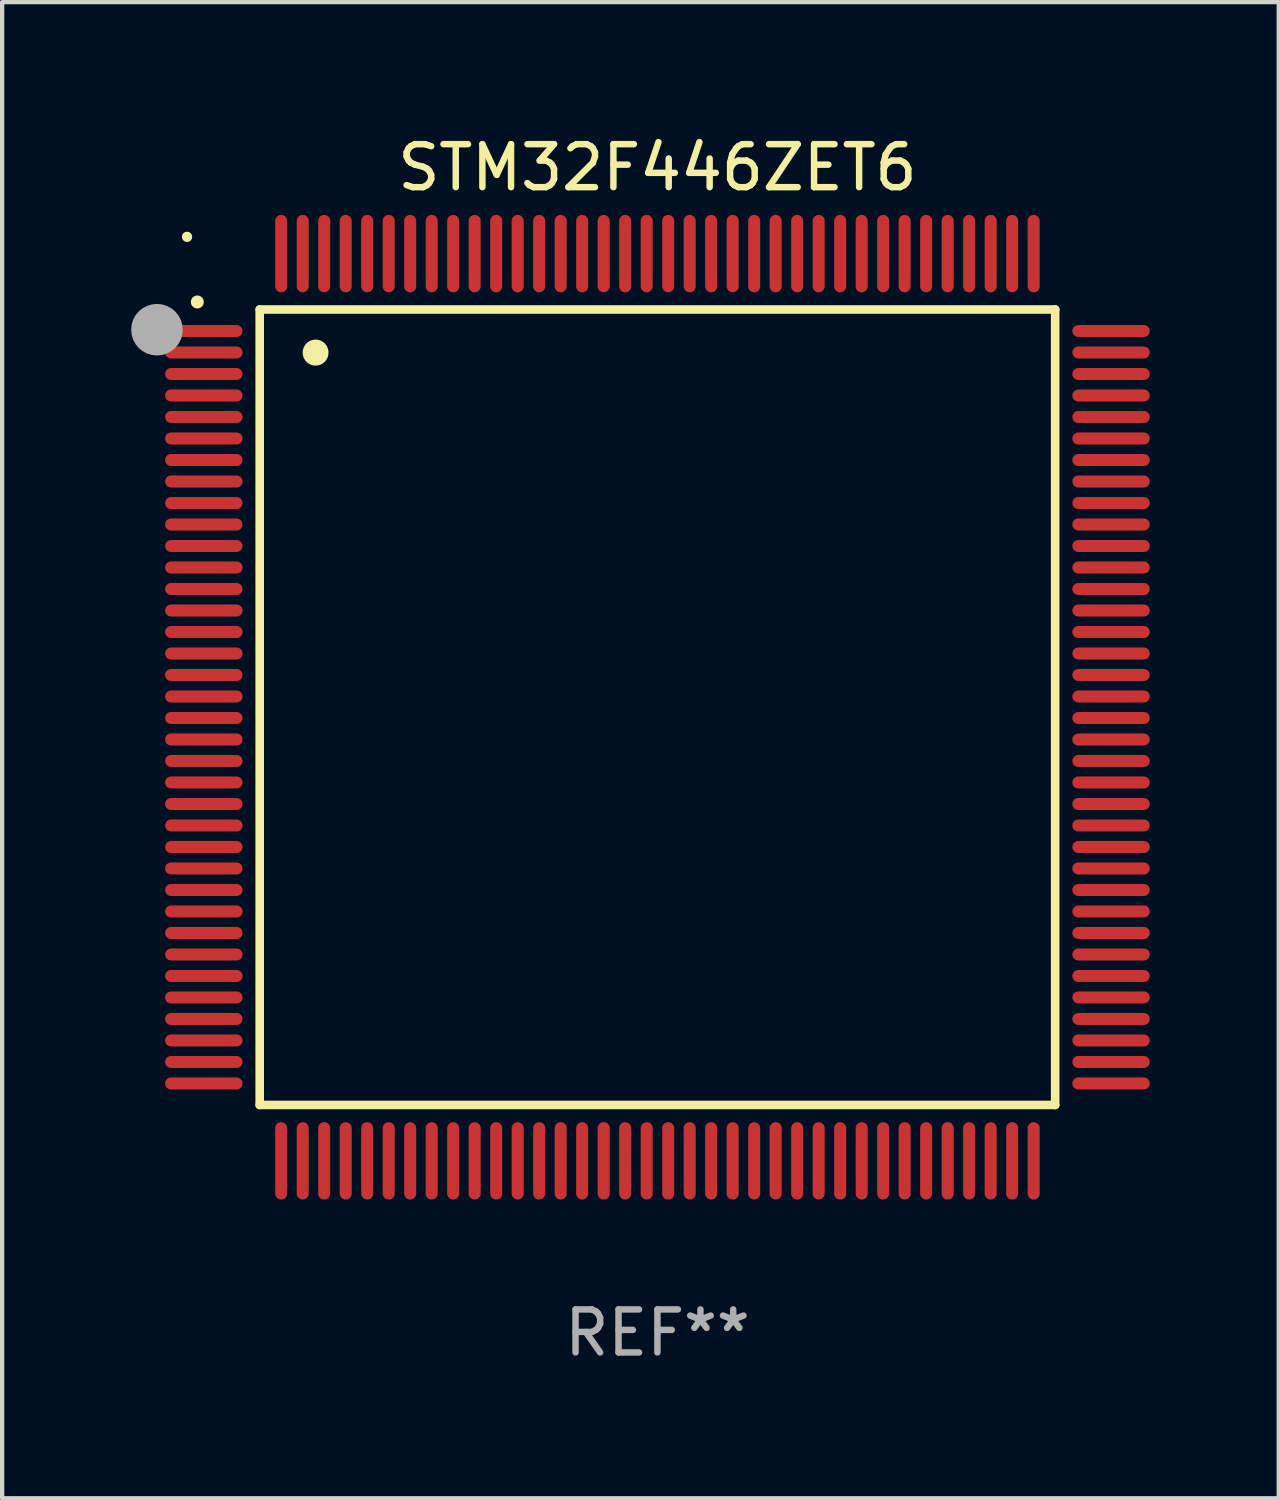
<source format=kicad_pcb>
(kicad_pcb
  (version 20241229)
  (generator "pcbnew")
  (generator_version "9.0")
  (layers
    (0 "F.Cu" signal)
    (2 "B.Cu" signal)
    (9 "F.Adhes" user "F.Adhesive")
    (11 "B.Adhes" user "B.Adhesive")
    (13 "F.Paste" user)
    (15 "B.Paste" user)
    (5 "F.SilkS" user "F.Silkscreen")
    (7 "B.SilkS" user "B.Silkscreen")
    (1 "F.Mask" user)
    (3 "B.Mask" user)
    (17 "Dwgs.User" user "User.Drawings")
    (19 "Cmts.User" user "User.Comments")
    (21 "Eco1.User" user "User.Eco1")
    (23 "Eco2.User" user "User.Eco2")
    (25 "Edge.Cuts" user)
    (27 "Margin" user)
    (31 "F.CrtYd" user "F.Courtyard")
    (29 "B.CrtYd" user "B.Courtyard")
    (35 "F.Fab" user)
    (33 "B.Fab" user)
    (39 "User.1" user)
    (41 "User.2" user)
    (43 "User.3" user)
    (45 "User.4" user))
  (footprint "STM32F446ZET6"
    (layer "F.Cu")
    (at 12.24 13.398)
    (property "Reference" "STM32F446ZET6" (at 0 -12.55 0) (layer "F.SilkS") (effects (font (size 1 1) (thickness 0.15))))
    (attr through_hole)
    (fp_line (start -9.25 -9.25) (end 9.25 -9.25) (stroke (width 0.2) (type solid)) (layer "F.SilkS"))
    (fp_line (start -9.25 9.25) (end -9.25 -9.25) (stroke (width 0.2) (type solid)) (layer "F.SilkS"))
    (fp_line (start 9.25 -9.25) (end 9.25 9.25) (stroke (width 0.2) (type solid)) (layer "F.SilkS"))
    (fp_line (start 9.25 9.25) (end -9.25 9.25) (stroke (width 0.2) (type solid)) (layer "F.SilkS"))
    (fp_arc (start -10.701041 -9.423419) (mid -10.701046 -9.424689) (end -10.701041 -9.425959) (stroke (width 0.3) (type solid)) (layer "F.SilkS"))
    (fp_arc (start -7.950216 -8.244856) (mid -7.950227 -8.247396) (end -7.950216 -8.249936) (stroke (width 0.6) (type solid)) (layer "F.SilkS"))
    (fp_circle (center -10.94 -10.94) (end -10.88 -10.94) (stroke (width 0.12) (type solid)) (fill no) (layer "F.SilkS"))
    (fp_circle (center -11.64 -8.78) (end -11.34 -8.78) (stroke (width 0.6) (type solid)) (fill no) (layer "F.Fab"))
    (fp_text user "REF**" (at 0 14.55 0) (layer "F.Fab") (effects (font (size 1 1) (thickness 0.15))))
    (pad "1" smd oval (at -10.55 -8.75 90) (size 0.28 1.8) (layers "F.Cu" "F.Mask" "F.Paste"))
    (pad "2" smd oval (at -10.55 -8.25 90) (size 0.28 1.8) (layers "F.Cu" "F.Mask" "F.Paste"))
    (pad "3" smd oval (at -10.55 -7.75 90) (size 0.28 1.8) (layers "F.Cu" "F.Mask" "F.Paste"))
    (pad "4" smd oval (at -10.55 -7.25 90) (size 0.28 1.8) (layers "F.Cu" "F.Mask" "F.Paste"))
    (pad "5" smd oval (at -10.55 -6.75 90) (size 0.28 1.8) (layers "F.Cu" "F.Mask" "F.Paste"))
    (pad "6" smd oval (at -10.55 -6.25 90) (size 0.28 1.8) (layers "F.Cu" "F.Mask" "F.Paste"))
    (pad "7" smd oval (at -10.55 -5.75 90) (size 0.28 1.8) (layers "F.Cu" "F.Mask" "F.Paste"))
    (pad "8" smd oval (at -10.55 -5.25 90) (size 0.28 1.8) (layers "F.Cu" "F.Mask" "F.Paste"))
    (pad "9" smd oval (at -10.55 -4.75 90) (size 0.28 1.8) (layers "F.Cu" "F.Mask" "F.Paste"))
    (pad "10" smd oval (at -10.55 -4.25 90) (size 0.28 1.8) (layers "F.Cu" "F.Mask" "F.Paste"))
    (pad "11" smd oval (at -10.55 -3.75 90) (size 0.28 1.8) (layers "F.Cu" "F.Mask" "F.Paste"))
    (pad "12" smd oval (at -10.55 -3.25 90) (size 0.28 1.8) (layers "F.Cu" "F.Mask" "F.Paste"))
    (pad "13" smd oval (at -10.55 -2.75 90) (size 0.28 1.8) (layers "F.Cu" "F.Mask" "F.Paste"))
    (pad "14" smd oval (at -10.55 -2.25 90) (size 0.28 1.8) (layers "F.Cu" "F.Mask" "F.Paste"))
    (pad "15" smd oval (at -10.55 -1.75 90) (size 0.28 1.8) (layers "F.Cu" "F.Mask" "F.Paste"))
    (pad "16" smd oval (at -10.55 -1.25 90) (size 0.28 1.8) (layers "F.Cu" "F.Mask" "F.Paste"))
    (pad "17" smd oval (at -10.55 -0.75 90) (size 0.28 1.8) (layers "F.Cu" "F.Mask" "F.Paste"))
    (pad "18" smd oval (at -10.55 -0.25 90) (size 0.28 1.8) (layers "F.Cu" "F.Mask" "F.Paste"))
    (pad "19" smd oval (at -10.55 0.25 90) (size 0.28 1.8) (layers "F.Cu" "F.Mask" "F.Paste"))
    (pad "20" smd oval (at -10.55 0.75 90) (size 0.28 1.8) (layers "F.Cu" "F.Mask" "F.Paste"))
    (pad "21" smd oval (at -10.55 1.25 90) (size 0.28 1.8) (layers "F.Cu" "F.Mask" "F.Paste"))
    (pad "22" smd oval (at -10.55 1.75 90) (size 0.28 1.8) (layers "F.Cu" "F.Mask" "F.Paste"))
    (pad "23" smd oval (at -10.55 2.25 90) (size 0.28 1.8) (layers "F.Cu" "F.Mask" "F.Paste"))
    (pad "24" smd oval (at -10.55 2.75 90) (size 0.28 1.8) (layers "F.Cu" "F.Mask" "F.Paste"))
    (pad "25" smd oval (at -10.55 3.25 90) (size 0.28 1.8) (layers "F.Cu" "F.Mask" "F.Paste"))
    (pad "26" smd oval (at -10.55 3.75 90) (size 0.28 1.8) (layers "F.Cu" "F.Mask" "F.Paste"))
    (pad "27" smd oval (at -10.55 4.25 90) (size 0.28 1.8) (layers "F.Cu" "F.Mask" "F.Paste"))
    (pad "28" smd oval (at -10.55 4.75 90) (size 0.28 1.8) (layers "F.Cu" "F.Mask" "F.Paste"))
    (pad "29" smd oval (at -10.55 5.25 90) (size 0.28 1.8) (layers "F.Cu" "F.Mask" "F.Paste"))
    (pad "30" smd oval (at -10.55 5.75 90) (size 0.28 1.8) (layers "F.Cu" "F.Mask" "F.Paste"))
    (pad "31" smd oval (at -10.55 6.25 90) (size 0.28 1.8) (layers "F.Cu" "F.Mask" "F.Paste"))
    (pad "32" smd oval (at -10.55 6.75 90) (size 0.28 1.8) (layers "F.Cu" "F.Mask" "F.Paste"))
    (pad "33" smd oval (at -10.55 7.25 90) (size 0.28 1.8) (layers "F.Cu" "F.Mask" "F.Paste"))
    (pad "34" smd oval (at -10.55 7.75 90) (size 0.28 1.8) (layers "F.Cu" "F.Mask" "F.Paste"))
    (pad "35" smd oval (at -10.55 8.25 90) (size 0.28 1.8) (layers "F.Cu" "F.Mask" "F.Paste"))
    (pad "36" smd oval (at -10.55 8.75 90) (size 0.28 1.8) (layers "F.Cu" "F.Mask" "F.Paste"))
    (pad "37" smd oval (at -8.75 10.55) (size 0.28 1.8) (layers "F.Cu" "F.Mask" "F.Paste"))
    (pad "38" smd oval (at -8.25 10.55) (size 0.28 1.8) (layers "F.Cu" "F.Mask" "F.Paste"))
    (pad "39" smd oval (at -7.75 10.55) (size 0.28 1.8) (layers "F.Cu" "F.Mask" "F.Paste"))
    (pad "40" smd oval (at -7.25 10.55) (size 0.28 1.8) (layers "F.Cu" "F.Mask" "F.Paste"))
    (pad "41" smd oval (at -6.75 10.55) (size 0.28 1.8) (layers "F.Cu" "F.Mask" "F.Paste"))
    (pad "42" smd oval (at -6.25 10.55) (size 0.28 1.8) (layers "F.Cu" "F.Mask" "F.Paste"))
    (pad "43" smd oval (at -5.75 10.55) (size 0.28 1.8) (layers "F.Cu" "F.Mask" "F.Paste"))
    (pad "44" smd oval (at -5.25 10.55) (size 0.28 1.8) (layers "F.Cu" "F.Mask" "F.Paste"))
    (pad "45" smd oval (at -4.75 10.55) (size 0.28 1.8) (layers "F.Cu" "F.Mask" "F.Paste"))
    (pad "46" smd oval (at -4.25 10.55) (size 0.28 1.8) (layers "F.Cu" "F.Mask" "F.Paste"))
    (pad "47" smd oval (at -3.75 10.55) (size 0.28 1.8) (layers "F.Cu" "F.Mask" "F.Paste"))
    (pad "48" smd oval (at -3.25 10.55) (size 0.28 1.8) (layers "F.Cu" "F.Mask" "F.Paste"))
    (pad "49" smd oval (at -2.75 10.55) (size 0.28 1.8) (layers "F.Cu" "F.Mask" "F.Paste"))
    (pad "50" smd oval (at -2.25 10.55) (size 0.28 1.8) (layers "F.Cu" "F.Mask" "F.Paste"))
    (pad "51" smd oval (at -1.75 10.55) (size 0.28 1.8) (layers "F.Cu" "F.Mask" "F.Paste"))
    (pad "52" smd oval (at -1.25 10.55) (size 0.28 1.8) (layers "F.Cu" "F.Mask" "F.Paste"))
    (pad "53" smd oval (at -0.75 10.55) (size 0.28 1.8) (layers "F.Cu" "F.Mask" "F.Paste"))
    (pad "54" smd oval (at -0.25 10.55) (size 0.28 1.8) (layers "F.Cu" "F.Mask" "F.Paste"))
    (pad "55" smd oval (at 0.25 10.55) (size 0.28 1.8) (layers "F.Cu" "F.Mask" "F.Paste"))
    (pad "56" smd oval (at 0.75 10.55) (size 0.28 1.8) (layers "F.Cu" "F.Mask" "F.Paste"))
    (pad "57" smd oval (at 1.25 10.55) (size 0.28 1.8) (layers "F.Cu" "F.Mask" "F.Paste"))
    (pad "58" smd oval (at 1.75 10.55) (size 0.28 1.8) (layers "F.Cu" "F.Mask" "F.Paste"))
    (pad "59" smd oval (at 2.25 10.55) (size 0.28 1.8) (layers "F.Cu" "F.Mask" "F.Paste"))
    (pad "60" smd oval (at 2.75 10.55) (size 0.28 1.8) (layers "F.Cu" "F.Mask" "F.Paste"))
    (pad "61" smd oval (at 3.25 10.55) (size 0.28 1.8) (layers "F.Cu" "F.Mask" "F.Paste"))
    (pad "62" smd oval (at 3.75 10.55) (size 0.28 1.8) (layers "F.Cu" "F.Mask" "F.Paste"))
    (pad "63" smd oval (at 4.25 10.55) (size 0.28 1.8) (layers "F.Cu" "F.Mask" "F.Paste"))
    (pad "64" smd oval (at 4.75 10.55) (size 0.28 1.8) (layers "F.Cu" "F.Mask" "F.Paste"))
    (pad "65" smd oval (at 5.25 10.55) (size 0.28 1.8) (layers "F.Cu" "F.Mask" "F.Paste"))
    (pad "66" smd oval (at 5.75 10.55) (size 0.28 1.8) (layers "F.Cu" "F.Mask" "F.Paste"))
    (pad "67" smd oval (at 6.25 10.55) (size 0.28 1.8) (layers "F.Cu" "F.Mask" "F.Paste"))
    (pad "68" smd oval (at 6.75 10.55) (size 0.28 1.8) (layers "F.Cu" "F.Mask" "F.Paste"))
    (pad "69" smd oval (at 7.25 10.55) (size 0.28 1.8) (layers "F.Cu" "F.Mask" "F.Paste"))
    (pad "70" smd oval (at 7.75 10.55) (size 0.28 1.8) (layers "F.Cu" "F.Mask" "F.Paste"))
    (pad "71" smd oval (at 8.25 10.55) (size 0.28 1.8) (layers "F.Cu" "F.Mask" "F.Paste"))
    (pad "72" smd oval (at 8.75 10.55) (size 0.28 1.8) (layers "F.Cu" "F.Mask" "F.Paste"))
    (pad "73" smd oval (at 10.55 8.75 90) (size 0.28 1.8) (layers "F.Cu" "F.Mask" "F.Paste"))
    (pad "74" smd oval (at 10.55 8.25 90) (size 0.28 1.8) (layers "F.Cu" "F.Mask" "F.Paste"))
    (pad "75" smd oval (at 10.55 7.75 90) (size 0.28 1.8) (layers "F.Cu" "F.Mask" "F.Paste"))
    (pad "76" smd oval (at 10.55 7.25 90) (size 0.28 1.8) (layers "F.Cu" "F.Mask" "F.Paste"))
    (pad "77" smd oval (at 10.55 6.75 90) (size 0.28 1.8) (layers "F.Cu" "F.Mask" "F.Paste"))
    (pad "78" smd oval (at 10.55 6.25 90) (size 0.28 1.8) (layers "F.Cu" "F.Mask" "F.Paste"))
    (pad "79" smd oval (at 10.55 5.75 90) (size 0.28 1.8) (layers "F.Cu" "F.Mask" "F.Paste"))
    (pad "80" smd oval (at 10.55 5.25 90) (size 0.28 1.8) (layers "F.Cu" "F.Mask" "F.Paste"))
    (pad "81" smd oval (at 10.55 4.75 90) (size 0.28 1.8) (layers "F.Cu" "F.Mask" "F.Paste"))
    (pad "82" smd oval (at 10.55 4.25 90) (size 0.28 1.8) (layers "F.Cu" "F.Mask" "F.Paste"))
    (pad "83" smd oval (at 10.55 3.75 90) (size 0.28 1.8) (layers "F.Cu" "F.Mask" "F.Paste"))
    (pad "84" smd oval (at 10.55 3.25 90) (size 0.28 1.8) (layers "F.Cu" "F.Mask" "F.Paste"))
    (pad "85" smd oval (at 10.55 2.75 90) (size 0.28 1.8) (layers "F.Cu" "F.Mask" "F.Paste"))
    (pad "86" smd oval (at 10.55 2.25 90) (size 0.28 1.8) (layers "F.Cu" "F.Mask" "F.Paste"))
    (pad "87" smd oval (at 10.55 1.75 90) (size 0.28 1.8) (layers "F.Cu" "F.Mask" "F.Paste"))
    (pad "88" smd oval (at 10.55 1.25 90) (size 0.28 1.8) (layers "F.Cu" "F.Mask" "F.Paste"))
    (pad "89" smd oval (at 10.55 0.75 90) (size 0.28 1.8) (layers "F.Cu" "F.Mask" "F.Paste"))
    (pad "90" smd oval (at 10.55 0.25 90) (size 0.28 1.8) (layers "F.Cu" "F.Mask" "F.Paste"))
    (pad "91" smd oval (at 10.55 -0.25 90) (size 0.28 1.8) (layers "F.Cu" "F.Mask" "F.Paste"))
    (pad "92" smd oval (at 10.55 -0.75 90) (size 0.28 1.8) (layers "F.Cu" "F.Mask" "F.Paste"))
    (pad "93" smd oval (at 10.55 -1.25 90) (size 0.28 1.8) (layers "F.Cu" "F.Mask" "F.Paste"))
    (pad "94" smd oval (at 10.55 -1.75 90) (size 0.28 1.8) (layers "F.Cu" "F.Mask" "F.Paste"))
    (pad "95" smd oval (at 10.55 -2.25 90) (size 0.28 1.8) (layers "F.Cu" "F.Mask" "F.Paste"))
    (pad "96" smd oval (at 10.55 -2.75 90) (size 0.28 1.8) (layers "F.Cu" "F.Mask" "F.Paste"))
    (pad "97" smd oval (at 10.55 -3.25 90) (size 0.28 1.8) (layers "F.Cu" "F.Mask" "F.Paste"))
    (pad "98" smd oval (at 10.55 -3.75 90) (size 0.28 1.8) (layers "F.Cu" "F.Mask" "F.Paste"))
    (pad "99" smd oval (at 10.55 -4.25 90) (size 0.28 1.8) (layers "F.Cu" "F.Mask" "F.Paste"))
    (pad "100" smd oval (at 10.55 -4.75 90) (size 0.28 1.8) (layers "F.Cu" "F.Mask" "F.Paste"))
    (pad "101" smd oval (at 10.55 -5.25 90) (size 0.28 1.8) (layers "F.Cu" "F.Mask" "F.Paste"))
    (pad "102" smd oval (at 10.55 -5.75 90) (size 0.28 1.8) (layers "F.Cu" "F.Mask" "F.Paste"))
    (pad "103" smd oval (at 10.55 -6.25 90) (size 0.28 1.8) (layers "F.Cu" "F.Mask" "F.Paste"))
    (pad "104" smd oval (at 10.55 -6.75 90) (size 0.28 1.8) (layers "F.Cu" "F.Mask" "F.Paste"))
    (pad "105" smd oval (at 10.55 -7.25 90) (size 0.28 1.8) (layers "F.Cu" "F.Mask" "F.Paste"))
    (pad "106" smd oval (at 10.55 -7.75 90) (size 0.28 1.8) (layers "F.Cu" "F.Mask" "F.Paste"))
    (pad "107" smd oval (at 10.55 -8.25 90) (size 0.28 1.8) (layers "F.Cu" "F.Mask" "F.Paste"))
    (pad "108" smd oval (at 10.55 -8.75 90) (size 0.28 1.8) (layers "F.Cu" "F.Mask" "F.Paste"))
    (pad "109" smd oval (at 8.75 -10.55) (size 0.28 1.8) (layers "F.Cu" "F.Mask" "F.Paste"))
    (pad "110" smd oval (at 8.25 -10.55) (size 0.28 1.8) (layers "F.Cu" "F.Mask" "F.Paste"))
    (pad "111" smd oval (at 7.75 -10.55) (size 0.28 1.8) (layers "F.Cu" "F.Mask" "F.Paste"))
    (pad "112" smd oval (at 7.25 -10.55) (size 0.28 1.8) (layers "F.Cu" "F.Mask" "F.Paste"))
    (pad "113" smd oval (at 6.75 -10.55) (size 0.28 1.8) (layers "F.Cu" "F.Mask" "F.Paste"))
    (pad "114" smd oval (at 6.25 -10.55) (size 0.28 1.8) (layers "F.Cu" "F.Mask" "F.Paste"))
    (pad "115" smd oval (at 5.75 -10.55) (size 0.28 1.8) (layers "F.Cu" "F.Mask" "F.Paste"))
    (pad "116" smd oval (at 5.25 -10.55) (size 0.28 1.8) (layers "F.Cu" "F.Mask" "F.Paste"))
    (pad "117" smd oval (at 4.75 -10.55) (size 0.28 1.8) (layers "F.Cu" "F.Mask" "F.Paste"))
    (pad "118" smd oval (at 4.25 -10.55) (size 0.28 1.8) (layers "F.Cu" "F.Mask" "F.Paste"))
    (pad "119" smd oval (at 3.75 -10.55) (size 0.28 1.8) (layers "F.Cu" "F.Mask" "F.Paste"))
    (pad "120" smd oval (at 3.25 -10.55) (size 0.28 1.8) (layers "F.Cu" "F.Mask" "F.Paste"))
    (pad "121" smd oval (at 2.75 -10.55) (size 0.28 1.8) (layers "F.Cu" "F.Mask" "F.Paste"))
    (pad "122" smd oval (at 2.25 -10.55) (size 0.28 1.8) (layers "F.Cu" "F.Mask" "F.Paste"))
    (pad "123" smd oval (at 1.75 -10.55) (size 0.28 1.8) (layers "F.Cu" "F.Mask" "F.Paste"))
    (pad "124" smd oval (at 1.25 -10.55) (size 0.28 1.8) (layers "F.Cu" "F.Mask" "F.Paste"))
    (pad "125" smd oval (at 0.75 -10.55) (size 0.28 1.8) (layers "F.Cu" "F.Mask" "F.Paste"))
    (pad "126" smd oval (at 0.25 -10.55) (size 0.28 1.8) (layers "F.Cu" "F.Mask" "F.Paste"))
    (pad "127" smd oval (at -0.25 -10.55) (size 0.28 1.8) (layers "F.Cu" "F.Mask" "F.Paste"))
    (pad "128" smd oval (at -0.75 -10.55) (size 0.28 1.8) (layers "F.Cu" "F.Mask" "F.Paste"))
    (pad "129" smd oval (at -1.25 -10.55) (size 0.28 1.8) (layers "F.Cu" "F.Mask" "F.Paste"))
    (pad "130" smd oval (at -1.75 -10.55) (size 0.28 1.8) (layers "F.Cu" "F.Mask" "F.Paste"))
    (pad "131" smd oval (at -2.25 -10.55) (size 0.28 1.8) (layers "F.Cu" "F.Mask" "F.Paste"))
    (pad "132" smd oval (at -2.75 -10.55) (size 0.28 1.8) (layers "F.Cu" "F.Mask" "F.Paste"))
    (pad "133" smd oval (at -3.25 -10.55) (size 0.28 1.8) (layers "F.Cu" "F.Mask" "F.Paste"))
    (pad "134" smd oval (at -3.75 -10.55) (size 0.28 1.8) (layers "F.Cu" "F.Mask" "F.Paste"))
    (pad "135" smd oval (at -4.25 -10.55) (size 0.28 1.8) (layers "F.Cu" "F.Mask" "F.Paste"))
    (pad "136" smd oval (at -4.75 -10.55) (size 0.28 1.8) (layers "F.Cu" "F.Mask" "F.Paste"))
    (pad "137" smd oval (at -5.25 -10.55) (size 0.28 1.8) (layers "F.Cu" "F.Mask" "F.Paste"))
    (pad "138" smd oval (at -5.75 -10.55) (size 0.28 1.8) (layers "F.Cu" "F.Mask" "F.Paste"))
    (pad "139" smd oval (at -6.25 -10.55) (size 0.28 1.8) (layers "F.Cu" "F.Mask" "F.Paste"))
    (pad "140" smd oval (at -6.75 -10.55) (size 0.28 1.8) (layers "F.Cu" "F.Mask" "F.Paste"))
    (pad "141" smd oval (at -7.25 -10.55) (size 0.28 1.8) (layers "F.Cu" "F.Mask" "F.Paste"))
    (pad "142" smd oval (at -7.75 -10.55) (size 0.28 1.8) (layers "F.Cu" "F.Mask" "F.Paste"))
    (pad "143" smd oval (at -8.25 -10.55) (size 0.28 1.8) (layers "F.Cu" "F.Mask" "F.Paste"))
    (pad "144" smd oval (at -8.75 -10.55) (size 0.28 1.8) (layers "F.Cu" "F.Mask" "F.Paste")))
  (gr_rect
    (start -3 -3)
    (end 26.69 31.796)
    (stroke (width 0.1) (type default))
    (fill no)
    (layer "Edge.Cuts")))
</source>
